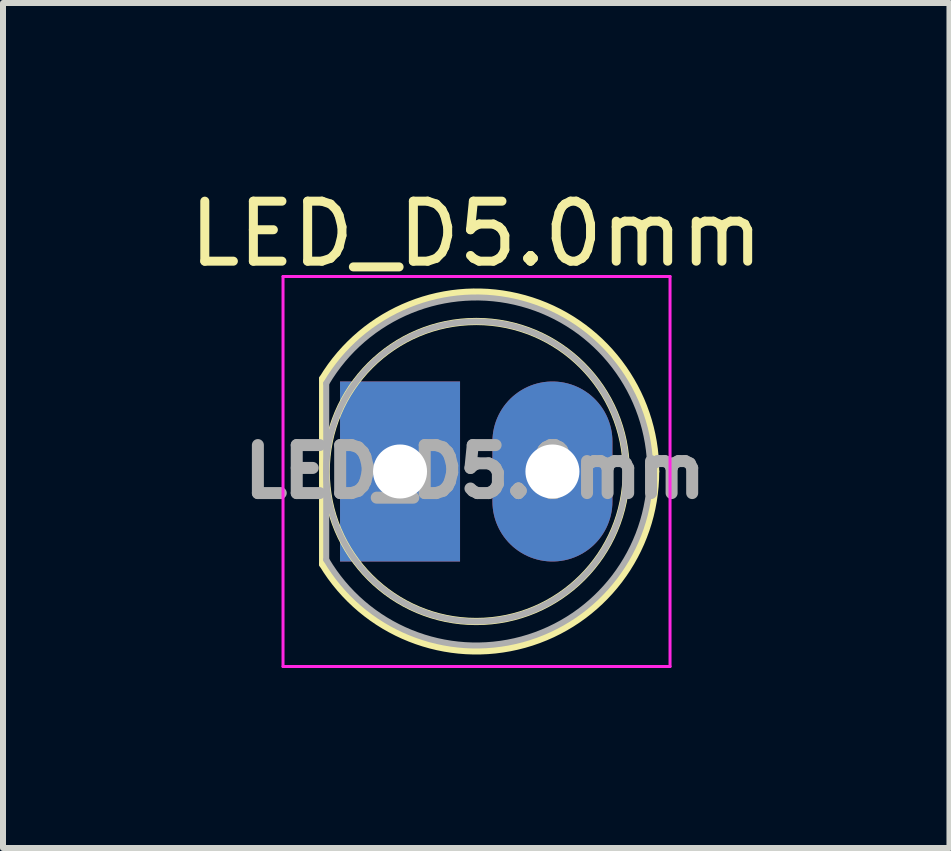
<source format=kicad_pcb>
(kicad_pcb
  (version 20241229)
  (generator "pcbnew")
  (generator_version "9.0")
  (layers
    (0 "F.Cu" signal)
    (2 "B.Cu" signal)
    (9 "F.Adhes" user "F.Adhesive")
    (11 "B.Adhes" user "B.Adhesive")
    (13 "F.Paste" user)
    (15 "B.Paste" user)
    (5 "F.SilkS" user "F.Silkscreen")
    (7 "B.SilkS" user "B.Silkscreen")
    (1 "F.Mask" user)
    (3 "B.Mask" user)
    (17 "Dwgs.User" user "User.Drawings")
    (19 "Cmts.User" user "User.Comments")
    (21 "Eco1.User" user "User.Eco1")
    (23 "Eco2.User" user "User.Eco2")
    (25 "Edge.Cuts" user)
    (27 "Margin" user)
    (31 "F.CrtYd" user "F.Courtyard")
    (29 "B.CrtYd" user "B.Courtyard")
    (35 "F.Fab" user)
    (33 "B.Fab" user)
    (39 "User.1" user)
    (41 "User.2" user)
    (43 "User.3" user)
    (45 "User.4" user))
  (footprint "LED_D5.0mm"
    (layer "F.Cu")
    (at 4.887 4.808)
    (property "Reference" "LED_D5.0mm" (at 0 -3.96 0) (layer "F.SilkS") (effects (font (size 1 1) (thickness 0.15))))
    (attr through_hole)
    (fp_line (start -2.56 -1.545) (end -2.56 1.545) (stroke (width 0.12) (type solid)) (layer "F.SilkS"))
    (fp_arc (start -2.56 -1.54483) (mid 0.802002 -2.880433) (end 2.99 0.000462) (stroke (width 0.12) (type solid)) (layer "F.SilkS"))
    (fp_arc (start 2.99 -0.000462) (mid 0.802002 2.880433) (end -2.56 1.54483) (stroke (width 0.12) (type solid)) (layer "F.SilkS"))
    (fp_circle (center 0 0) (end 2.5 0) (stroke (width 0.12) (type solid)) (fill no) (layer "F.SilkS"))
    (fp_line (start -3.22 -3.25) (end -3.22 3.25) (stroke (width 0.05) (type solid)) (layer "F.CrtYd"))
    (fp_line (start -3.22 3.25) (end 3.23 3.25) (stroke (width 0.05) (type solid)) (layer "F.CrtYd"))
    (fp_line (start 3.23 -3.25) (end -3.22 -3.25) (stroke (width 0.05) (type solid)) (layer "F.CrtYd"))
    (fp_line (start 3.23 3.25) (end 3.23 -3.25) (stroke (width 0.05) (type solid)) (layer "F.CrtYd"))
    (fp_line (start -2.5 -1.47) (end -2.5 1.47) (stroke (width 0.1) (type solid)) (layer "F.Fab"))
    (fp_arc (start -2.5 -1.469694) (mid 2.9 0.000016) (end -2.500016 1.469666) (stroke (width 0.1) (type solid)) (layer "F.Fab"))
    (fp_circle (center 0 0) (end 2.5 0) (stroke (width 0.1) (type solid)) (fill no) (layer "F.Fab"))
    (fp_text user "${REFERENCE}" (at -0.02 0 0) (layer "F.Fab") (effects (font (size 0.8 0.8) (thickness 0.2))))
    (pad "1" thru_hole rect (at -1.27 0) (size 2 3) (drill 0.9) (layers "*.Cu" "*.Mask"))
    (pad "2" thru_hole oval (at 1.27 0) (size 2 3) (drill 0.9) (layers "*.Cu" "*.Mask")))
  (gr_rect
    (start -3 -3)
    (end 12.774 11.083)
    (stroke (width 0.1) (type default))
    (fill no)
    (layer "Edge.Cuts")))
</source>
